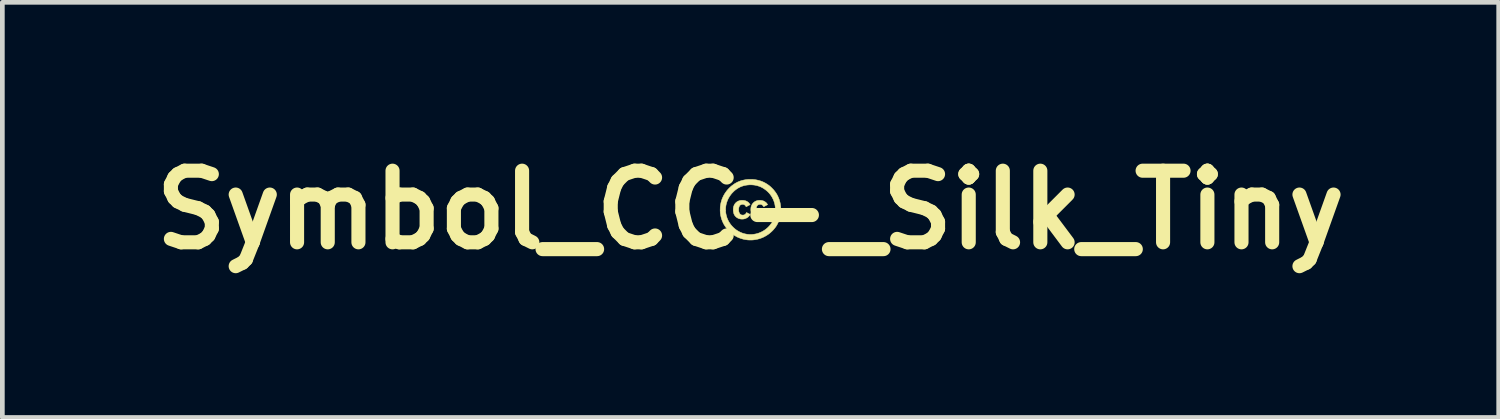
<source format=kicad_pcb>
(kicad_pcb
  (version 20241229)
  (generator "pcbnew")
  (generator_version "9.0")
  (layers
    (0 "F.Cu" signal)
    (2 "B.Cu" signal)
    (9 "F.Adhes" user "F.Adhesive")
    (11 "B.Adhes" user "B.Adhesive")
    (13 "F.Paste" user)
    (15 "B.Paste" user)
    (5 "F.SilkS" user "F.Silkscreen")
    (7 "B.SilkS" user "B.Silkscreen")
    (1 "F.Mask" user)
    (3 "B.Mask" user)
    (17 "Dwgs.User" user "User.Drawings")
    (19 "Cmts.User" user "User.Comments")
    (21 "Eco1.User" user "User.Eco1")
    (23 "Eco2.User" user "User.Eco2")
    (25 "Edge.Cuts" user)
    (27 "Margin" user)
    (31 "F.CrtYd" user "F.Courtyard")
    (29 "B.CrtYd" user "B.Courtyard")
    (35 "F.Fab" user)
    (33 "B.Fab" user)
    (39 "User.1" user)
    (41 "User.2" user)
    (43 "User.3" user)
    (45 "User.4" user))
  (footprint "Symbol_CC-_Silk_Tiny"
    (layer "F.Cu")
    (at 12.925 1.418)
    (property "Reference" "Symbol_CC-_Silk_Tiny" (at 0 0 0) (layer "F.SilkS") (effects (font (size 1.524 1.524) (thickness 0.3))))
    (attr through_hole)
    (fp_poly (pts (xy -0.164 -0.204) (xy -0.153 -0.203) (xy -0.143 -0.202) (xy -0.138 -0.201) (xy -0.117 -0.197) (xy -0.098 -0.191) (xy -0.08 -0.183) (xy -0.064 -0.173) (xy -0.049 -0.162) (xy -0.039 -0.153) (xy -0.034 -0.147) (xy -0.029 -0.141) (xy -0.024 -0.135) (xy -0.02 -0.129) (xy -0.016 -0.124) (xy -0.012 -0.119) (xy -0.01 -0.115) (xy -0.009 -0.112) (xy -0.009 -0.112) (xy -0.011 -0.111) (xy -0.014 -0.109) (xy -0.019 -0.106) (xy -0.025 -0.103) (xy -0.032 -0.099) (xy -0.037 -0.097) (xy -0.045 -0.093) (xy -0.054 -0.088) (xy -0.063 -0.083) (xy -0.071 -0.079) (xy -0.077 -0.076) (xy -0.078 -0.075) (xy -0.094 -0.067) (xy -0.1 -0.078) (xy -0.108 -0.09) (xy -0.118 -0.1) (xy -0.129 -0.108) (xy -0.142 -0.114) (xy -0.154 -0.118) (xy -0.166 -0.119) (xy -0.179 -0.118) (xy -0.192 -0.115) (xy -0.205 -0.11) (xy -0.206 -0.11) (xy -0.217 -0.104) (xy -0.226 -0.096) (xy -0.234 -0.085) (xy -0.24 -0.073) (xy -0.246 -0.059) (xy -0.249 -0.043) (xy -0.252 -0.025) (xy -0.252 -0.015) (xy -0.252 0.004) (xy -0.251 0.022) (xy -0.248 0.039) (xy -0.243 0.054) (xy -0.237 0.067) (xy -0.23 0.079) (xy -0.221 0.089) (xy -0.211 0.097) (xy -0.203 0.102) (xy -0.195 0.106) (xy -0.187 0.108) (xy -0.179 0.109) (xy -0.17 0.11) (xy -0.165 0.11) (xy -0.151 0.109) (xy -0.139 0.107) (xy -0.128 0.102) (xy -0.117 0.096) (xy -0.109 0.089) (xy -0.104 0.084) (xy -0.098 0.077) (xy -0.093 0.07) (xy -0.09 0.063) (xy -0.088 0.059) (xy -0.086 0.055) (xy -0.047 0.075) (xy -0.036 0.08) (xy -0.027 0.085) (xy -0.02 0.089) (xy -0.015 0.092) (xy -0.011 0.094) (xy -0.009 0.095) (xy -0.008 0.096) (xy -0.008 0.097) (xy -0.01 0.099) (xy -0.012 0.104) (xy -0.016 0.109) (xy -0.019 0.114) (xy -0.022 0.119) (xy -0.037 0.136) (xy -0.052 0.151) (xy -0.069 0.164) (xy -0.088 0.174) (xy -0.107 0.183) (xy -0.128 0.19) (xy -0.149 0.194) (xy -0.152 0.194) (xy -0.161 0.195) (xy -0.173 0.195) (xy -0.184 0.195) (xy -0.196 0.195) (xy -0.206 0.194) (xy -0.208 0.194) (xy -0.23 0.19) (xy -0.251 0.184) (xy -0.27 0.175) (xy -0.287 0.165) (xy -0.304 0.153) (xy -0.319 0.139) (xy -0.319 0.139) (xy -0.326 0.13) (xy -0.334 0.12) (xy -0.341 0.11) (xy -0.346 0.099) (xy -0.349 0.095) (xy -0.356 0.076) (xy -0.361 0.056) (xy -0.365 0.035) (xy -0.368 0.013) (xy -0.368 -0.01) (xy -0.367 -0.032) (xy -0.364 -0.053) (xy -0.359 -0.074) (xy -0.356 -0.083) (xy -0.348 -0.102) (xy -0.338 -0.121) (xy -0.326 -0.138) (xy -0.312 -0.153) (xy -0.297 -0.166) (xy -0.28 -0.178) (xy -0.261 -0.188) (xy -0.241 -0.195) (xy -0.22 -0.201) (xy -0.219 -0.201) (xy -0.211 -0.202) (xy -0.2 -0.203) (xy -0.189 -0.204) (xy -0.176 -0.204) (xy -0.164 -0.204)) (stroke (width 0.01) (type solid)) (fill yes) (layer "F.SilkS"))
    (fp_poly (pts (xy 0.211 -0.204) (xy 0.222 -0.203) (xy 0.232 -0.202) (xy 0.235 -0.201) (xy 0.257 -0.197) (xy 0.278 -0.19) (xy 0.296 -0.181) (xy 0.313 -0.17) (xy 0.329 -0.158) (xy 0.343 -0.143) (xy 0.356 -0.126) (xy 0.358 -0.122) (xy 0.364 -0.112) (xy 0.324 -0.091) (xy 0.315 -0.086) (xy 0.306 -0.081) (xy 0.298 -0.077) (xy 0.292 -0.074) (xy 0.287 -0.071) (xy 0.283 -0.069) (xy 0.282 -0.068) (xy 0.281 -0.069) (xy 0.279 -0.07) (xy 0.277 -0.073) (xy 0.274 -0.077) (xy 0.269 -0.085) (xy 0.263 -0.093) (xy 0.255 -0.1) (xy 0.248 -0.106) (xy 0.243 -0.109) (xy 0.234 -0.113) (xy 0.226 -0.116) (xy 0.218 -0.118) (xy 0.21 -0.118) (xy 0.205 -0.119) (xy 0.19 -0.117) (xy 0.176 -0.114) (xy 0.164 -0.109) (xy 0.153 -0.102) (xy 0.144 -0.093) (xy 0.136 -0.081) (xy 0.13 -0.068) (xy 0.125 -0.053) (xy 0.122 -0.036) (xy 0.121 -0.021) (xy 0.12 -0.000438) (xy 0.121 0.019) (xy 0.124 0.036) (xy 0.129 0.052) (xy 0.135 0.066) (xy 0.142 0.078) (xy 0.151 0.089) (xy 0.161 0.097) (xy 0.172 0.103) (xy 0.185 0.107) (xy 0.191 0.109) (xy 0.206 0.11) (xy 0.22 0.109) (xy 0.234 0.106) (xy 0.247 0.101) (xy 0.258 0.094) (xy 0.269 0.084) (xy 0.277 0.073) (xy 0.282 0.064) (xy 0.284 0.06) (xy 0.286 0.057) (xy 0.287 0.056) (xy 0.288 0.056) (xy 0.291 0.058) (xy 0.296 0.06) (xy 0.302 0.063) (xy 0.309 0.066) (xy 0.317 0.07) (xy 0.325 0.074) (xy 0.333 0.078) (xy 0.341 0.082) (xy 0.348 0.086) (xy 0.355 0.09) (xy 0.36 0.092) (xy 0.364 0.094) (xy 0.366 0.096) (xy 0.366 0.096) (xy 0.365 0.097) (xy 0.363 0.1) (xy 0.361 0.105) (xy 0.357 0.11) (xy 0.357 0.11) (xy 0.351 0.118) (xy 0.343 0.127) (xy 0.335 0.137) (xy 0.325 0.146) (xy 0.316 0.154) (xy 0.308 0.161) (xy 0.305 0.162) (xy 0.286 0.174) (xy 0.266 0.183) (xy 0.246 0.19) (xy 0.236 0.192) (xy 0.23 0.193) (xy 0.221 0.194) (xy 0.212 0.195) (xy 0.201 0.195) (xy 0.191 0.195) (xy 0.181 0.195) (xy 0.173 0.195) (xy 0.168 0.194) (xy 0.146 0.19) (xy 0.125 0.184) (xy 0.105 0.176) (xy 0.087 0.166) (xy 0.071 0.154) (xy 0.061 0.145) (xy 0.047 0.13) (xy 0.036 0.114) (xy 0.026 0.097) (xy 0.018 0.079) (xy 0.013 0.059) (xy 0.009 0.037) (xy 0.007 0.014) (xy 0.006 -0.004) (xy 0.007 -0.024) (xy 0.008 -0.042) (xy 0.011 -0.059) (xy 0.015 -0.075) (xy 0.021 -0.09) (xy 0.022 -0.093) (xy 0.029 -0.109) (xy 0.038 -0.124) (xy 0.048 -0.138) (xy 0.06 -0.151) (xy 0.063 -0.154) (xy 0.079 -0.167) (xy 0.095 -0.179) (xy 0.113 -0.188) (xy 0.132 -0.195) (xy 0.153 -0.201) (xy 0.154 -0.201) (xy 0.163 -0.202) (xy 0.174 -0.203) (xy 0.186 -0.204) (xy 0.198 -0.204) (xy 0.211 -0.204)) (stroke (width 0.01) (type solid)) (fill yes) (layer "F.SilkS"))
    (fp_poly (pts (xy 0.015 -0.65) (xy 0.027 -0.65) (xy 0.038 -0.65) (xy 0.048 -0.649) (xy 0.05 -0.649) (xy 0.091 -0.645) (xy 0.131 -0.638) (xy 0.17 -0.629) (xy 0.208 -0.618) (xy 0.245 -0.605) (xy 0.281 -0.589) (xy 0.316 -0.571) (xy 0.35 -0.55) (xy 0.383 -0.528) (xy 0.415 -0.503) (xy 0.445 -0.475) (xy 0.46 -0.46) (xy 0.488 -0.431) (xy 0.513 -0.4) (xy 0.537 -0.368) (xy 0.558 -0.335) (xy 0.577 -0.301) (xy 0.593 -0.265) (xy 0.608 -0.228) (xy 0.62 -0.19) (xy 0.63 -0.151) (xy 0.637 -0.111) (xy 0.642 -0.07) (xy 0.644 -0.055) (xy 0.644 -0.046) (xy 0.645 -0.036) (xy 0.645 -0.024) (xy 0.645 -0.011) (xy 0.645 0.002) (xy 0.645 0.015) (xy 0.645 0.027) (xy 0.644 0.038) (xy 0.644 0.046) (xy 0.644 0.046) (xy 0.64 0.086) (xy 0.633 0.126) (xy 0.625 0.164) (xy 0.614 0.202) (xy 0.601 0.238) (xy 0.586 0.273) (xy 0.569 0.307) (xy 0.55 0.34) (xy 0.534 0.364) (xy 0.511 0.393) (xy 0.487 0.422) (xy 0.461 0.449) (xy 0.433 0.475) (xy 0.404 0.5) (xy 0.373 0.523) (xy 0.342 0.543) (xy 0.334 0.548) (xy 0.298 0.568) (xy 0.262 0.586) (xy 0.224 0.601) (xy 0.186 0.614) (xy 0.147 0.624) (xy 0.107 0.632) (xy 0.067 0.638) (xy 0.053 0.639) (xy 0.043 0.64) (xy 0.03 0.641) (xy 0.016 0.641) (xy 0.002 0.641) (xy -0.013 0.641) (xy -0.028 0.641) (xy -0.041 0.64) (xy -0.053 0.64) (xy -0.059 0.639) (xy -0.098 0.634) (xy -0.137 0.627) (xy -0.176 0.617) (xy -0.214 0.605) (xy -0.251 0.591) (xy -0.287 0.575) (xy -0.321 0.556) (xy -0.355 0.535) (xy -0.385 0.513) (xy -0.399 0.502) (xy -0.414 0.49) (xy -0.43 0.476) (xy -0.445 0.462) (xy -0.46 0.447) (xy -0.474 0.433) (xy -0.487 0.419) (xy -0.498 0.406) (xy -0.523 0.374) (xy -0.546 0.34) (xy -0.567 0.306) (xy -0.585 0.271) (xy -0.601 0.234) (xy -0.615 0.197) (xy -0.626 0.159) (xy -0.635 0.12) (xy -0.642 0.079) (xy -0.644 0.058) (xy -0.645 0.051) (xy -0.645 0.041) (xy -0.646 0.03) (xy -0.646 0.017) (xy -0.646 0.004) (xy -0.646 -0.009) (xy -0.646 -0.022) (xy -0.53 -0.022) (xy -0.53 0.014) (xy -0.528 0.049) (xy -0.523 0.084) (xy -0.515 0.119) (xy -0.505 0.153) (xy -0.5 0.17) (xy -0.486 0.203) (xy -0.471 0.235) (xy -0.453 0.266) (xy -0.433 0.296) (xy -0.411 0.325) (xy -0.387 0.352) (xy -0.362 0.377) (xy -0.335 0.401) (xy -0.307 0.423) (xy -0.277 0.443) (xy -0.246 0.461) (xy -0.214 0.477) (xy -0.205 0.481) (xy -0.172 0.494) (xy -0.137 0.505) (xy -0.103 0.513) (xy -0.067 0.519) (xy -0.032 0.522) (xy 0.003 0.523) (xy 0.034 0.522) (xy 0.071 0.518) (xy 0.107 0.512) (xy 0.141 0.504) (xy 0.175 0.493) (xy 0.203 0.482) (xy 0.236 0.467) (xy 0.268 0.45) (xy 0.298 0.431) (xy 0.327 0.41) (xy 0.355 0.387) (xy 0.38 0.363) (xy 0.404 0.338) (xy 0.426 0.311) (xy 0.446 0.284) (xy 0.464 0.255) (xy 0.48 0.225) (xy 0.493 0.194) (xy 0.504 0.163) (xy 0.513 0.13) (xy 0.52 0.097) (xy 0.525 0.062) (xy 0.528 0.027) (xy 0.529 -0.008) (xy 0.528 -0.043) (xy 0.524 -0.077) (xy 0.519 -0.111) (xy 0.511 -0.145) (xy 0.509 -0.151) (xy 0.498 -0.185) (xy 0.485 -0.219) (xy 0.469 -0.251) (xy 0.452 -0.282) (xy 0.432 -0.312) (xy 0.41 -0.341) (xy 0.386 -0.368) (xy 0.36 -0.394) (xy 0.332 -0.418) (xy 0.302 -0.44) (xy 0.288 -0.45) (xy 0.271 -0.461) (xy 0.254 -0.471) (xy 0.235 -0.481) (xy 0.216 -0.49) (xy 0.197 -0.498) (xy 0.188 -0.502) (xy 0.155 -0.512) (xy 0.121 -0.521) (xy 0.087 -0.528) (xy 0.051 -0.532) (xy 0.015 -0.534) (xy -0.021 -0.534) (xy -0.058 -0.531) (xy -0.09 -0.527) (xy -0.125 -0.52) (xy -0.159 -0.511) (xy -0.192 -0.5) (xy -0.224 -0.486) (xy -0.255 -0.47) (xy -0.285 -0.452) (xy -0.314 -0.431) (xy -0.34 -0.41) (xy -0.346 -0.404) (xy -0.353 -0.398) (xy -0.361 -0.39) (xy -0.369 -0.382) (xy -0.378 -0.373) (xy -0.386 -0.365) (xy -0.392 -0.358) (xy -0.398 -0.352) (xy -0.399 -0.351) (xy -0.422 -0.322) (xy -0.443 -0.292) (xy -0.462 -0.261) (xy -0.479 -0.229) (xy -0.493 -0.196) (xy -0.506 -0.162) (xy -0.515 -0.128) (xy -0.516 -0.128) (xy -0.523 -0.093) (xy -0.528 -0.057) (xy -0.53 -0.022) (xy -0.646 -0.022) (xy -0.646 -0.023) (xy -0.645 -0.036) (xy -0.645 -0.048) (xy -0.645 -0.059) (xy -0.644 -0.068) (xy -0.643 -0.073) (xy -0.637 -0.114) (xy -0.629 -0.155) (xy -0.618 -0.194) (xy -0.606 -0.231) (xy -0.59 -0.268) (xy -0.573 -0.304) (xy -0.553 -0.339) (xy -0.531 -0.372) (xy -0.507 -0.405) (xy -0.487 -0.429) (xy -0.48 -0.437) (xy -0.472 -0.445) (xy -0.463 -0.455) (xy -0.453 -0.465) (xy -0.443 -0.475) (xy -0.433 -0.484) (xy -0.423 -0.493) (xy -0.415 -0.501) (xy -0.408 -0.507) (xy -0.376 -0.531) (xy -0.344 -0.554) (xy -0.312 -0.573) (xy -0.278 -0.591) (xy -0.243 -0.606) (xy -0.208 -0.619) (xy -0.171 -0.63) (xy -0.133 -0.638) (xy -0.094 -0.645) (xy -0.053 -0.649) (xy -0.053 -0.649) (xy -0.045 -0.649) (xy -0.035 -0.65) (xy -0.023 -0.65) (xy -0.011 -0.65) (xy 0.002 -0.65) (xy 0.015 -0.65)) (stroke (width 0.01) (type solid)) (fill yes) (layer "F.SilkS")))
  (gr_rect
    (start -3 -3)
    (end 28.85 5.836)
    (stroke (width 0.1) (type default))
    (fill no)
    (layer "Edge.Cuts")))
</source>
